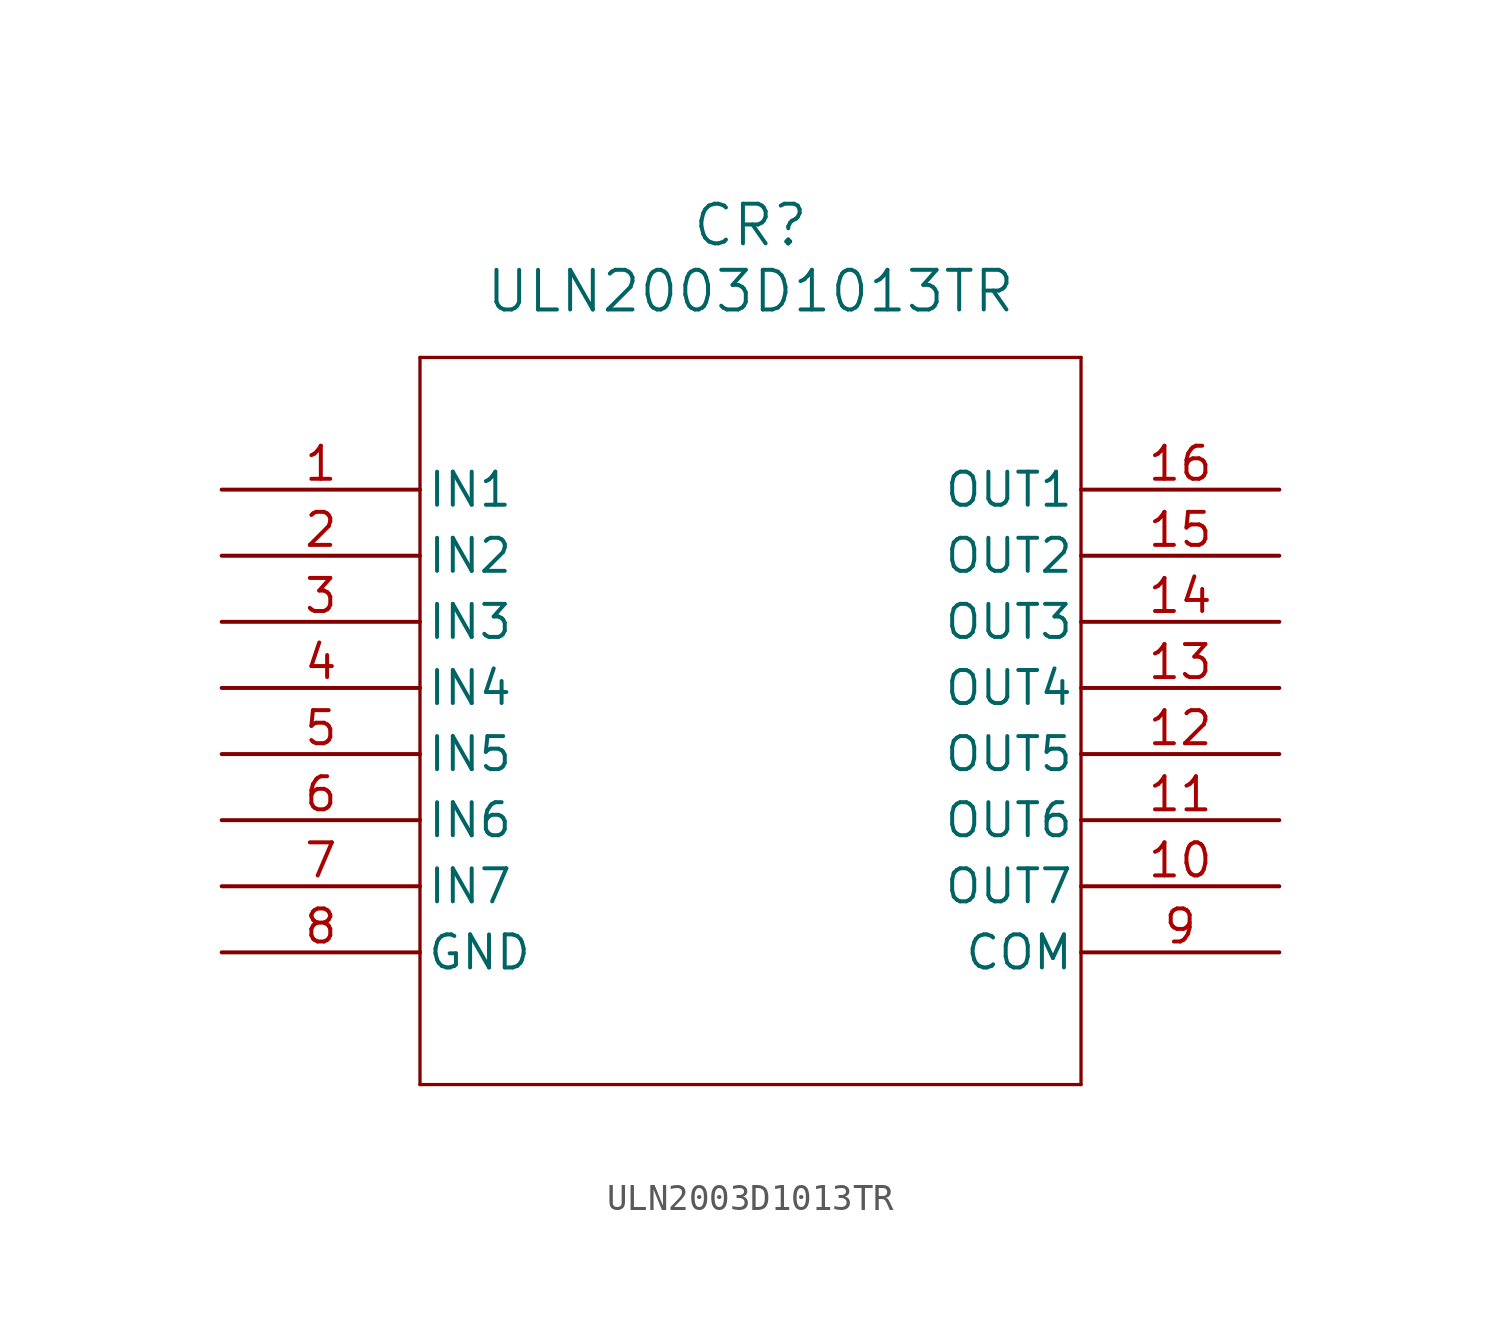
<source format=kicad_sym>
(kicad_symbol_lib
  (version 20211014)
  (generator kicad_symbol_editor)
  (symbol "ULN2003D1013TR"
    (pin_names
      (offset 0.254))
    (property "Reference" "CR"
      (at 20.32 10.16 0)
      (effects (font (size 1.524 1.524))))
    (property "Value" "ULN2003D1013TR"
      (at 20.32 7.62 0)
      (effects (font (size 1.524 1.524))))
    (symbol "ULN2003D1013TR_0_1"
      (polyline (pts (xy 7.62 5.08) (xy 7.62 -22.86)) (stroke (width 0.127) (type default) (color 0 0 0 0)) (fill (type none)))
      (polyline (pts (xy 7.62 -22.86) (xy 33.02 -22.86)) (stroke (width 0.127) (type default) (color 0 0 0 0)) (fill (type none)))
      (polyline (pts (xy 33.02 -22.86) (xy 33.02 5.08)) (stroke (width 0.127) (type default) (color 0 0 0 0)) (fill (type none)))
      (polyline (pts (xy 33.02 5.08) (xy 7.62 5.08)) (stroke (width 0.127) (type default) (color 0 0 0 0)) (fill (type none)))
      (pin input line (at 0 0 0) (length 7.62) (name "IN1" (effects (font (size 1.27 1.27)))) (number "1" (effects (font (size 1.27 1.27)))))
      (pin input line (at 0 -2.54 0) (length 7.62) (name "IN2" (effects (font (size 1.27 1.27)))) (number "2" (effects (font (size 1.27 1.27)))))
      (pin input line (at 0 -5.08 0) (length 7.62) (name "IN3" (effects (font (size 1.27 1.27)))) (number "3" (effects (font (size 1.27 1.27)))))
      (pin input line (at 0 -7.62 0) (length 7.62) (name "IN4" (effects (font (size 1.27 1.27)))) (number "4" (effects (font (size 1.27 1.27)))))
      (pin input line (at 0 -10.16 0) (length 7.62) (name "IN5" (effects (font (size 1.27 1.27)))) (number "5" (effects (font (size 1.27 1.27)))))
      (pin input line (at 0 -12.7 0) (length 7.62) (name "IN6" (effects (font (size 1.27 1.27)))) (number "6" (effects (font (size 1.27 1.27)))))
      (pin input line (at 0 -15.24 0) (length 7.62) (name "IN7" (effects (font (size 1.27 1.27)))) (number "7" (effects (font (size 1.27 1.27)))))
      (pin power_in line (at 0 -17.78 0) (length 7.62) (name "GND" (effects (font (size 1.27 1.27)))) (number "8" (effects (font (size 1.27 1.27)))))
      (pin unspecified line (at 40.64 -17.78 180) (length 7.62) (name "COM" (effects (font (size 1.27 1.27)))) (number "9" (effects (font (size 1.27 1.27)))))
      (pin output line (at 40.64 -15.24 180) (length 7.62) (name "OUT7" (effects (font (size 1.27 1.27)))) (number "10" (effects (font (size 1.27 1.27)))))
      (pin output line (at 40.64 -12.7 180) (length 7.62) (name "OUT6" (effects (font (size 1.27 1.27)))) (number "11" (effects (font (size 1.27 1.27)))))
      (pin output line (at 40.64 -10.16 180) (length 7.62) (name "OUT5" (effects (font (size 1.27 1.27)))) (number "12" (effects (font (size 1.27 1.27)))))
      (pin output line (at 40.64 -7.62 180) (length 7.62) (name "OUT4" (effects (font (size 1.27 1.27)))) (number "13" (effects (font (size 1.27 1.27)))))
      (pin output line (at 40.64 -5.08 180) (length 7.62) (name "OUT3" (effects (font (size 1.27 1.27)))) (number "14" (effects (font (size 1.27 1.27)))))
      (pin output line (at 40.64 -2.54 180) (length 7.62) (name "OUT2" (effects (font (size 1.27 1.27)))) (number "15" (effects (font (size 1.27 1.27)))))
      (pin output line (at 40.64 0 180) (length 7.62) (name "OUT1" (effects (font (size 1.27 1.27)))) (number "16" (effects (font (size 1.27 1.27))))))))
</source>
